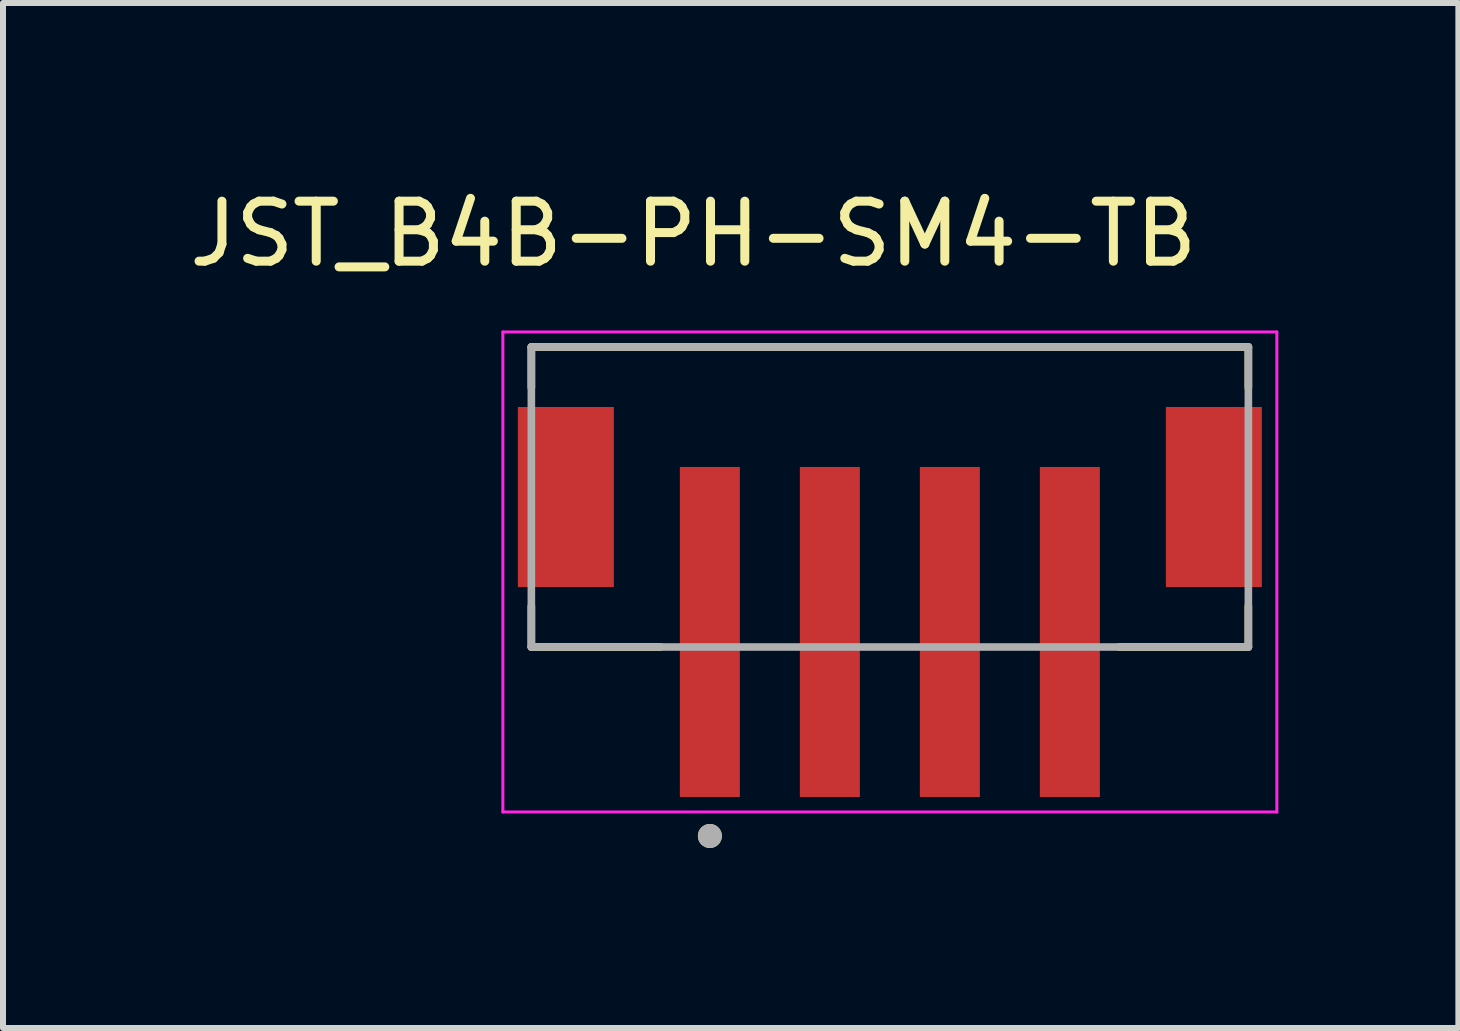
<source format=kicad_pcb>
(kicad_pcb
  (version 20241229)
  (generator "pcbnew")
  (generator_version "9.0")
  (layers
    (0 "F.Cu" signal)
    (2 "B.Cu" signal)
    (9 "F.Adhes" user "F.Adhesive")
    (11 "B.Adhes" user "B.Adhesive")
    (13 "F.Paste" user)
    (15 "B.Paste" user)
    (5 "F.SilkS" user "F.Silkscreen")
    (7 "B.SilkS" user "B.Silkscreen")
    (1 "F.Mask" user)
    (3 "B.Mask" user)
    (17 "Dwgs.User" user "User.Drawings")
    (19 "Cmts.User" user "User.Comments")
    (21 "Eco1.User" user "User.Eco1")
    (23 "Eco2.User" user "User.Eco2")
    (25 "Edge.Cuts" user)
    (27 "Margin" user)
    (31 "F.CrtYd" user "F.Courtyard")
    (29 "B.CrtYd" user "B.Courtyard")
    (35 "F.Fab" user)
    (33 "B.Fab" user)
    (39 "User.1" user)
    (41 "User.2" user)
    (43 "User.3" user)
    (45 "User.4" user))
  (footprint "JST_B4B-PH-SM4-TB"
    (layer "F.Cu")
    (at 11.781 5.233)
    (property "Reference" "JST_B4B-PH-SM4-TB" (at -3.275 -4.385 0) (layer "F.SilkS") (effects (font (size 1 1) (thickness 0.15))))
    (attr smd)
    (fp_line (start -5.975 -2.5) (end 5.975 -2.5) (stroke (width 0.127) (type solid)) (layer "F.SilkS"))
    (fp_line (start -5.975 -1.82) (end -5.975 -2.5) (stroke (width 0.127) (type solid)) (layer "F.SilkS"))
    (fp_line (start -5.975 2.5) (end -5.975 1.82) (stroke (width 0.127) (type solid)) (layer "F.SilkS"))
    (fp_line (start -3.82 2.5) (end -5.975 2.5) (stroke (width 0.127) (type solid)) (layer "F.SilkS"))
    (fp_line (start 5.975 -2.5) (end 5.975 -1.82) (stroke (width 0.127) (type solid)) (layer "F.SilkS"))
    (fp_line (start 5.975 2.5) (end 3.82 2.5) (stroke (width 0.127) (type solid)) (layer "F.SilkS"))
    (fp_line (start 5.975 2.5) (end 5.975 1.82) (stroke (width 0.127) (type solid)) (layer "F.SilkS"))
    (fp_circle (center -3 5.65) (end -2.9 5.65) (stroke (width 0.2) (type solid)) (fill no) (layer "F.SilkS"))
    (fp_line (start -6.45 -2.75) (end -6.45 5.25) (stroke (width 0.05) (type solid)) (layer "F.CrtYd"))
    (fp_line (start -6.45 5.25) (end 6.45 5.25) (stroke (width 0.05) (type solid)) (layer "F.CrtYd"))
    (fp_line (start 6.45 -2.75) (end -6.45 -2.75) (stroke (width 0.05) (type solid)) (layer "F.CrtYd"))
    (fp_line (start 6.45 5.25) (end 6.45 -2.75) (stroke (width 0.05) (type solid)) (layer "F.CrtYd"))
    (fp_line (start -5.975 -2.5) (end 5.975 -2.5) (stroke (width 0.127) (type solid)) (layer "F.Fab"))
    (fp_line (start -5.975 2.5) (end -5.975 -2.5) (stroke (width 0.127) (type solid)) (layer "F.Fab"))
    (fp_line (start 5.975 -2.5) (end 5.975 2.5) (stroke (width 0.127) (type solid)) (layer "F.Fab"))
    (fp_line (start 5.975 2.5) (end -5.975 2.5) (stroke (width 0.127) (type solid)) (layer "F.Fab"))
    (fp_circle (center -3 5.65) (end -2.9 5.65) (stroke (width 0.2) (type solid)) (fill no) (layer "F.Fab"))
    (pad "1" smd rect (at -3 2.25) (size 1 5.5) (layers "F.Cu" "F.Mask" "F.Paste"))
    (pad "2" smd rect (at -1 2.25) (size 1 5.5) (layers "F.Cu" "F.Mask" "F.Paste"))
    (pad "3" smd rect (at 1 2.25) (size 1 5.5) (layers "F.Cu" "F.Mask" "F.Paste"))
    (pad "4" smd rect (at 3 2.25) (size 1 5.5) (layers "F.Cu" "F.Mask" "F.Paste"))
    (pad "SH1" smd rect (at -5.4 0) (size 1.6 3) (layers "F.Cu" "F.Mask" "F.Paste"))
    (pad "SH2" smd rect (at 5.4 0) (size 1.6 3) (layers "F.Cu" "F.Mask" "F.Paste")))
  (gr_rect
    (start -3 -3)
    (end 21.256 14.083)
    (stroke (width 0.1) (type default))
    (fill no)
    (layer "Edge.Cuts")))
</source>
